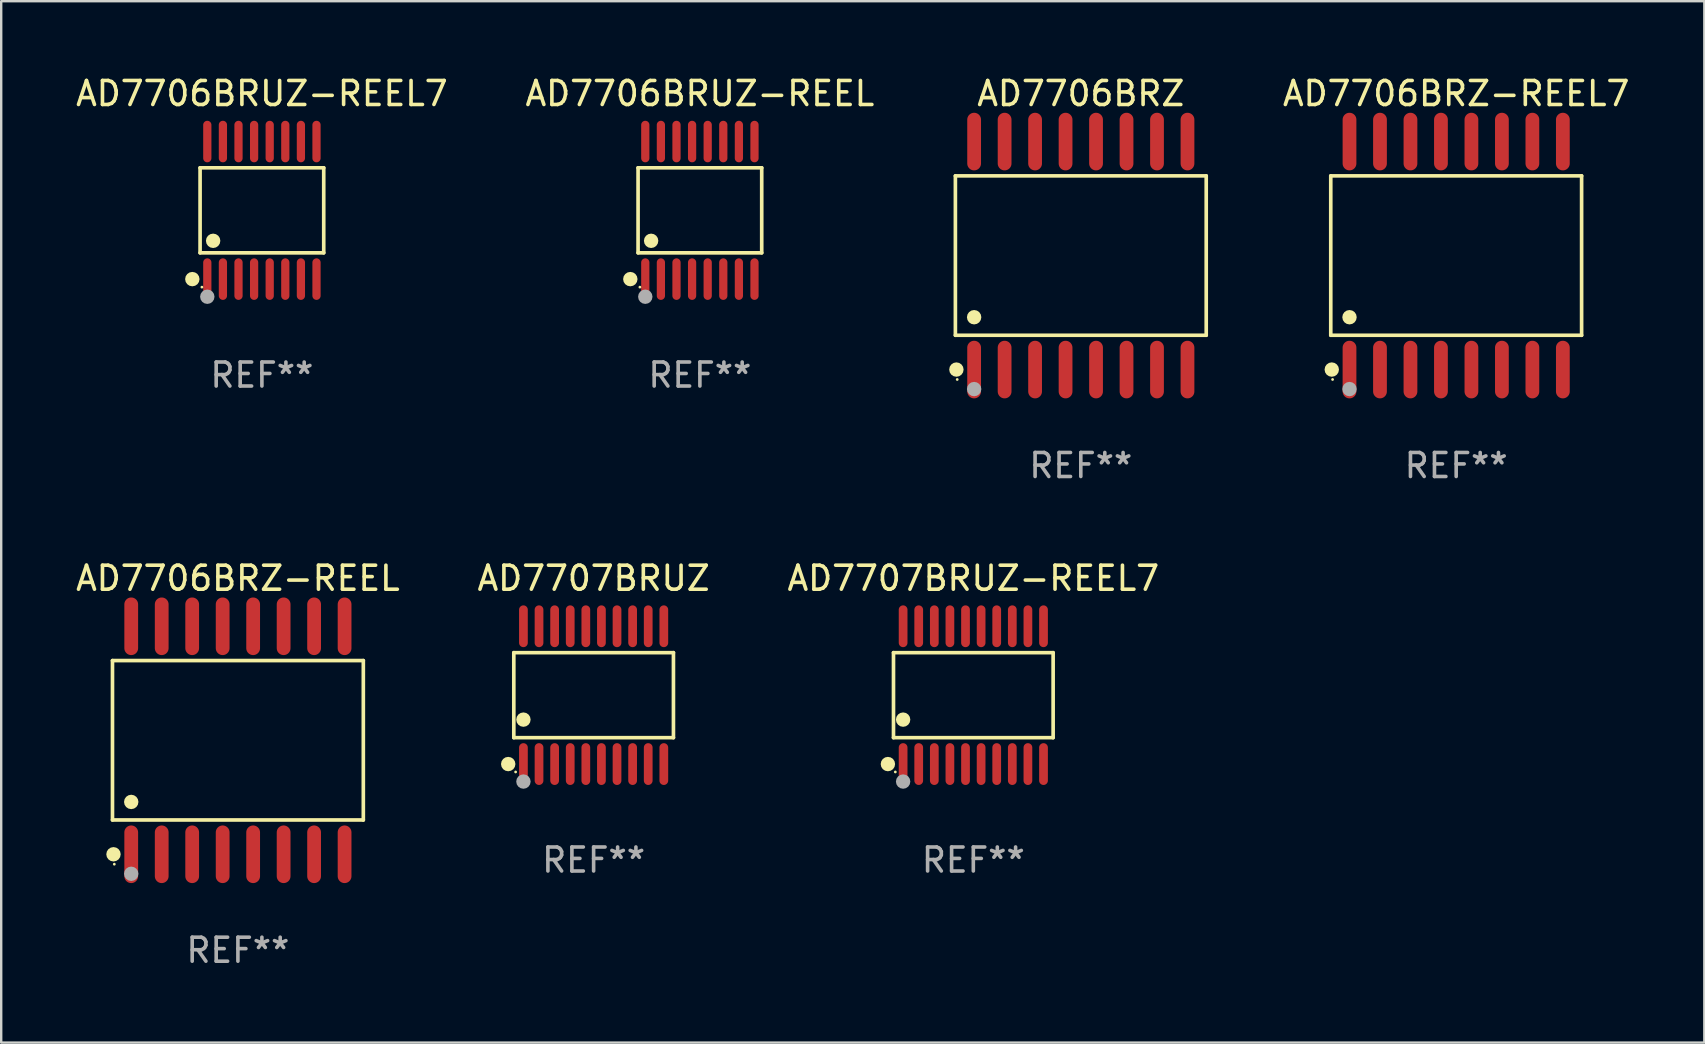
<source format=kicad_pcb>
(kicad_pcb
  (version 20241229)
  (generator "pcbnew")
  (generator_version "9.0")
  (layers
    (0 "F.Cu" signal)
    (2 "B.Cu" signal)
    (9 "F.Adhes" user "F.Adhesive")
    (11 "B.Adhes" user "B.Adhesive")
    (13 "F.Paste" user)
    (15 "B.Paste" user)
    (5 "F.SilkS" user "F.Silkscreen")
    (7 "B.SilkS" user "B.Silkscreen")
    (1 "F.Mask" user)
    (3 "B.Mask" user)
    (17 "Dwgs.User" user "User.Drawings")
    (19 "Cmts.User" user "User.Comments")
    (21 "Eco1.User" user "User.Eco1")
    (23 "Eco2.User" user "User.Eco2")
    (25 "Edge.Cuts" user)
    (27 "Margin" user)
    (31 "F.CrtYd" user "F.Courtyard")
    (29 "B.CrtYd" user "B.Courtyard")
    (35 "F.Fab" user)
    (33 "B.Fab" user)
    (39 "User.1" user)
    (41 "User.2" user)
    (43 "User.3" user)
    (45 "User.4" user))
  (footprint "AD7707BRUZ"
    (layer "F.Cu")
    (at 21.685 25.916)
    (property "Reference" "AD7707BRUZ" (at 0 -4.871 0) (layer "F.SilkS") (effects (font (size 1 1) (thickness 0.15))))
    (attr through_hole)
    (fp_line (start -3.326 -1.771) (end 3.326 -1.771) (stroke (width 0.152) (type solid)) (layer "F.SilkS"))
    (fp_line (start -3.326 1.771) (end -3.326 -1.771) (stroke (width 0.152) (type solid)) (layer "F.SilkS"))
    (fp_line (start 3.326 -1.771) (end 3.326 1.771) (stroke (width 0.152) (type solid)) (layer "F.SilkS"))
    (fp_line (start 3.326 1.771) (end -3.326 1.771) (stroke (width 0.152) (type solid)) (layer "F.SilkS"))
    (fp_circle (center -3.559 2.871) (end -3.409 2.871) (stroke (width 0.3) (type solid)) (fill no) (layer "F.SilkS"))
    (fp_circle (center -3.25 3.2) (end -3.22 3.2) (stroke (width 0.06) (type solid)) (fill no) (layer "F.SilkS"))
    (fp_circle (center -2.925 1.019) (end -2.775 1.019) (stroke (width 0.3) (type solid)) (fill no) (layer "F.SilkS"))
    (fp_circle (center -2.925 3.6) (end -2.775 3.6) (stroke (width 0.3) (type solid)) (fill no) (layer "F.Fab"))
    (fp_text user "REF**" (at 0 6.871 0) (layer "F.Fab") (effects (font (size 1 1) (thickness 0.15))))
    (pad "1" smd oval (at -2.925 2.871) (size 0.364 1.742) (layers "F.Cu" "F.Mask" "F.Paste"))
    (pad "2" smd oval (at -2.275 2.871) (size 0.364 1.742) (layers "F.Cu" "F.Mask" "F.Paste"))
    (pad "3" smd oval (at -1.625 2.871) (size 0.364 1.742) (layers "F.Cu" "F.Mask" "F.Paste"))
    (pad "4" smd oval (at -0.975 2.871) (size 0.364 1.742) (layers "F.Cu" "F.Mask" "F.Paste"))
    (pad "5" smd oval (at -0.325 2.871) (size 0.364 1.742) (layers "F.Cu" "F.Mask" "F.Paste"))
    (pad "6" smd oval (at 0.325 2.871) (size 0.364 1.742) (layers "F.Cu" "F.Mask" "F.Paste"))
    (pad "7" smd oval (at 0.975 2.871) (size 0.364 1.742) (layers "F.Cu" "F.Mask" "F.Paste"))
    (pad "8" smd oval (at 1.625 2.871) (size 0.364 1.742) (layers "F.Cu" "F.Mask" "F.Paste"))
    (pad "9" smd oval (at 2.275 2.871) (size 0.364 1.742) (layers "F.Cu" "F.Mask" "F.Paste"))
    (pad "10" smd oval (at 2.925 2.871) (size 0.364 1.742) (layers "F.Cu" "F.Mask" "F.Paste"))
    (pad "11" smd oval (at 2.925 -2.871) (size 0.364 1.742) (layers "F.Cu" "F.Mask" "F.Paste"))
    (pad "12" smd oval (at 2.275 -2.871) (size 0.364 1.742) (layers "F.Cu" "F.Mask" "F.Paste"))
    (pad "13" smd oval (at 1.625 -2.871) (size 0.364 1.742) (layers "F.Cu" "F.Mask" "F.Paste"))
    (pad "14" smd oval (at 0.975 -2.871) (size 0.364 1.742) (layers "F.Cu" "F.Mask" "F.Paste"))
    (pad "15" smd oval (at 0.325 -2.871) (size 0.364 1.742) (layers "F.Cu" "F.Mask" "F.Paste"))
    (pad "16" smd oval (at -0.325 -2.871) (size 0.364 1.742) (layers "F.Cu" "F.Mask" "F.Paste"))
    (pad "17" smd oval (at -0.975 -2.871) (size 0.364 1.742) (layers "F.Cu" "F.Mask" "F.Paste"))
    (pad "18" smd oval (at -1.625 -2.871) (size 0.364 1.742) (layers "F.Cu" "F.Mask" "F.Paste"))
    (pad "19" smd oval (at -2.275 -2.871) (size 0.364 1.742) (layers "F.Cu" "F.Mask" "F.Paste"))
    (pad "20" smd oval (at -2.925 -2.871) (size 0.364 1.742) (layers "F.Cu" "F.Mask" "F.Paste")))
  (footprint "AD7707BRUZ-REEL7"
    (layer "F.Cu")
    (at 37.506 25.916)
    (property "Reference" "AD7707BRUZ-REEL7" (at 0 -4.871 0) (layer "F.SilkS") (effects (font (size 1 1) (thickness 0.15))))
    (attr through_hole)
    (fp_line (start -3.326 -1.771) (end 3.326 -1.771) (stroke (width 0.152) (type solid)) (layer "F.SilkS"))
    (fp_line (start -3.326 1.771) (end -3.326 -1.771) (stroke (width 0.152) (type solid)) (layer "F.SilkS"))
    (fp_line (start 3.326 -1.771) (end 3.326 1.771) (stroke (width 0.152) (type solid)) (layer "F.SilkS"))
    (fp_line (start 3.326 1.771) (end -3.326 1.771) (stroke (width 0.152) (type solid)) (layer "F.SilkS"))
    (fp_circle (center -3.559 2.871) (end -3.409 2.871) (stroke (width 0.3) (type solid)) (fill no) (layer "F.SilkS"))
    (fp_circle (center -3.25 3.2) (end -3.22 3.2) (stroke (width 0.06) (type solid)) (fill no) (layer "F.SilkS"))
    (fp_circle (center -2.925 1.019) (end -2.775 1.019) (stroke (width 0.3) (type solid)) (fill no) (layer "F.SilkS"))
    (fp_circle (center -2.925 3.6) (end -2.775 3.6) (stroke (width 0.3) (type solid)) (fill no) (layer "F.Fab"))
    (fp_text user "REF**" (at 0 6.871 0) (layer "F.Fab") (effects (font (size 1 1) (thickness 0.15))))
    (pad "1" smd oval (at -2.925 2.871) (size 0.364 1.742) (layers "F.Cu" "F.Mask" "F.Paste"))
    (pad "2" smd oval (at -2.275 2.871) (size 0.364 1.742) (layers "F.Cu" "F.Mask" "F.Paste"))
    (pad "3" smd oval (at -1.625 2.871) (size 0.364 1.742) (layers "F.Cu" "F.Mask" "F.Paste"))
    (pad "4" smd oval (at -0.975 2.871) (size 0.364 1.742) (layers "F.Cu" "F.Mask" "F.Paste"))
    (pad "5" smd oval (at -0.325 2.871) (size 0.364 1.742) (layers "F.Cu" "F.Mask" "F.Paste"))
    (pad "6" smd oval (at 0.325 2.871) (size 0.364 1.742) (layers "F.Cu" "F.Mask" "F.Paste"))
    (pad "7" smd oval (at 0.975 2.871) (size 0.364 1.742) (layers "F.Cu" "F.Mask" "F.Paste"))
    (pad "8" smd oval (at 1.625 2.871) (size 0.364 1.742) (layers "F.Cu" "F.Mask" "F.Paste"))
    (pad "9" smd oval (at 2.275 2.871) (size 0.364 1.742) (layers "F.Cu" "F.Mask" "F.Paste"))
    (pad "10" smd oval (at 2.925 2.871) (size 0.364 1.742) (layers "F.Cu" "F.Mask" "F.Paste"))
    (pad "11" smd oval (at 2.925 -2.871) (size 0.364 1.742) (layers "F.Cu" "F.Mask" "F.Paste"))
    (pad "12" smd oval (at 2.275 -2.871) (size 0.364 1.742) (layers "F.Cu" "F.Mask" "F.Paste"))
    (pad "13" smd oval (at 1.625 -2.871) (size 0.364 1.742) (layers "F.Cu" "F.Mask" "F.Paste"))
    (pad "14" smd oval (at 0.975 -2.871) (size 0.364 1.742) (layers "F.Cu" "F.Mask" "F.Paste"))
    (pad "15" smd oval (at 0.325 -2.871) (size 0.364 1.742) (layers "F.Cu" "F.Mask" "F.Paste"))
    (pad "16" smd oval (at -0.325 -2.871) (size 0.364 1.742) (layers "F.Cu" "F.Mask" "F.Paste"))
    (pad "17" smd oval (at -0.975 -2.871) (size 0.364 1.742) (layers "F.Cu" "F.Mask" "F.Paste"))
    (pad "18" smd oval (at -1.625 -2.871) (size 0.364 1.742) (layers "F.Cu" "F.Mask" "F.Paste"))
    (pad "19" smd oval (at -2.275 -2.871) (size 0.364 1.742) (layers "F.Cu" "F.Mask" "F.Paste"))
    (pad "20" smd oval (at -2.925 -2.871) (size 0.364 1.742) (layers "F.Cu" "F.Mask" "F.Paste")))
  (footprint "AD7706BRUZ-REEL7"
    (layer "F.Cu")
    (at 7.863 5.714)
    (property "Reference" "AD7706BRUZ-REEL7" (at 0 -4.866 0) (layer "F.SilkS") (effects (font (size 1 1) (thickness 0.15))))
    (attr through_hole)
    (fp_line (start -2.576 -1.772) (end 2.576 -1.772) (stroke (width 0.152) (type solid)) (layer "F.SilkS"))
    (fp_line (start -2.576 1.771) (end -2.576 -1.772) (stroke (width 0.152) (type solid)) (layer "F.SilkS"))
    (fp_line (start 2.576 -1.772) (end 2.576 1.771) (stroke (width 0.152) (type solid)) (layer "F.SilkS"))
    (fp_line (start 2.576 1.771) (end -2.576 1.771) (stroke (width 0.152) (type solid)) (layer "F.SilkS"))
    (fp_circle (center -2.899 2.866) (end -2.749 2.866) (stroke (width 0.3) (type solid)) (fill no) (layer "F.SilkS"))
    (fp_circle (center -2.5 3.2) (end -2.47 3.2) (stroke (width 0.06) (type solid)) (fill no) (layer "F.SilkS"))
    (fp_circle (center -2.032 1.27) (end -1.882 1.27) (stroke (width 0.3) (type solid)) (fill no) (layer "F.SilkS"))
    (fp_circle (center -2.275 3.6) (end -2.125 3.6) (stroke (width 0.3) (type solid)) (fill no) (layer "F.Fab"))
    (fp_text user "REF**" (at 0 6.866 0) (layer "F.Fab") (effects (font (size 1 1) (thickness 0.15))))
    (pad "1" smd oval (at -2.275 2.866) (size 0.343 1.731) (layers "F.Cu" "F.Mask" "F.Paste"))
    (pad "2" smd oval (at -1.625 2.866) (size 0.343 1.731) (layers "F.Cu" "F.Mask" "F.Paste"))
    (pad "3" smd oval (at -0.975 2.866) (size 0.343 1.731) (layers "F.Cu" "F.Mask" "F.Paste"))
    (pad "4" smd oval (at -0.325 2.866) (size 0.343 1.731) (layers "F.Cu" "F.Mask" "F.Paste"))
    (pad "5" smd oval (at 0.325 2.866) (size 0.343 1.731) (layers "F.Cu" "F.Mask" "F.Paste"))
    (pad "6" smd oval (at 0.975 2.866) (size 0.343 1.731) (layers "F.Cu" "F.Mask" "F.Paste"))
    (pad "7" smd oval (at 1.625 2.866) (size 0.343 1.731) (layers "F.Cu" "F.Mask" "F.Paste"))
    (pad "8" smd oval (at 2.275 2.866) (size 0.343 1.731) (layers "F.Cu" "F.Mask" "F.Paste"))
    (pad "9" smd oval (at 2.275 -2.866) (size 0.343 1.731) (layers "F.Cu" "F.Mask" "F.Paste"))
    (pad "10" smd oval (at 1.625 -2.866) (size 0.343 1.731) (layers "F.Cu" "F.Mask" "F.Paste"))
    (pad "11" smd oval (at 0.975 -2.866) (size 0.343 1.731) (layers "F.Cu" "F.Mask" "F.Paste"))
    (pad "12" smd oval (at 0.325 -2.866) (size 0.343 1.731) (layers "F.Cu" "F.Mask" "F.Paste"))
    (pad "13" smd oval (at -0.325 -2.866) (size 0.343 1.731) (layers "F.Cu" "F.Mask" "F.Paste"))
    (pad "14" smd oval (at -0.975 -2.866) (size 0.343 1.731) (layers "F.Cu" "F.Mask" "F.Paste"))
    (pad "15" smd oval (at -1.625 -2.866) (size 0.343 1.731) (layers "F.Cu" "F.Mask" "F.Paste"))
    (pad "16" smd oval (at -2.275 -2.866) (size 0.343 1.731) (layers "F.Cu" "F.Mask" "F.Paste")))
  (footprint "AD7706BRZ-REEL"
    (layer "F.Cu")
    (at 6.863 27.796)
    (property "Reference" "AD7706BRZ-REEL" (at 0 -6.75 0) (layer "F.SilkS") (effects (font (size 1 1) (thickness 0.15))))
    (attr through_hole)
    (fp_line (start -5.226 -3.321) (end 5.226 -3.321) (stroke (width 0.152) (type solid)) (layer "F.SilkS"))
    (fp_line (start -5.226 3.321) (end -5.226 -3.321) (stroke (width 0.152) (type solid)) (layer "F.SilkS"))
    (fp_line (start 5.226 -3.321) (end 5.226 3.321) (stroke (width 0.152) (type solid)) (layer "F.SilkS"))
    (fp_line (start 5.226 3.321) (end -5.226 3.321) (stroke (width 0.152) (type solid)) (layer "F.SilkS"))
    (fp_circle (center -5.184 4.75) (end -5.034 4.75) (stroke (width 0.3) (type solid)) (fill no) (layer "F.SilkS"))
    (fp_circle (center -5.15 5.163) (end -5.12 5.163) (stroke (width 0.06) (type solid)) (fill no) (layer "F.SilkS"))
    (fp_circle (center -4.445 2.569) (end -4.295 2.569) (stroke (width 0.3) (type solid)) (fill no) (layer "F.SilkS"))
    (fp_circle (center -4.445 5.563) (end -4.295 5.563) (stroke (width 0.3) (type solid)) (fill no) (layer "F.Fab"))
    (fp_text user "REF**" (at 0 8.75 0) (layer "F.Fab") (effects (font (size 1 1) (thickness 0.15))))
    (pad "1" smd oval (at -4.445 4.75) (size 0.574 2.401) (layers "F.Cu" "F.Mask" "F.Paste"))
    (pad "2" smd oval (at -3.175 4.75) (size 0.574 2.401) (layers "F.Cu" "F.Mask" "F.Paste"))
    (pad "3" smd oval (at -1.905 4.75) (size 0.574 2.401) (layers "F.Cu" "F.Mask" "F.Paste"))
    (pad "4" smd oval (at -0.635 4.75) (size 0.574 2.401) (layers "F.Cu" "F.Mask" "F.Paste"))
    (pad "5" smd oval (at 0.635 4.75) (size 0.574 2.401) (layers "F.Cu" "F.Mask" "F.Paste"))
    (pad "6" smd oval (at 1.905 4.75) (size 0.574 2.401) (layers "F.Cu" "F.Mask" "F.Paste"))
    (pad "7" smd oval (at 3.175 4.75) (size 0.574 2.401) (layers "F.Cu" "F.Mask" "F.Paste"))
    (pad "8" smd oval (at 4.445 4.75) (size 0.574 2.401) (layers "F.Cu" "F.Mask" "F.Paste"))
    (pad "9" smd oval (at 4.445 -4.75) (size 0.574 2.401) (layers "F.Cu" "F.Mask" "F.Paste"))
    (pad "10" smd oval (at 3.175 -4.75) (size 0.574 2.401) (layers "F.Cu" "F.Mask" "F.Paste"))
    (pad "11" smd oval (at 1.905 -4.75) (size 0.574 2.401) (layers "F.Cu" "F.Mask" "F.Paste"))
    (pad "12" smd oval (at 0.635 -4.75) (size 0.574 2.401) (layers "F.Cu" "F.Mask" "F.Paste"))
    (pad "13" smd oval (at -0.635 -4.75) (size 0.574 2.401) (layers "F.Cu" "F.Mask" "F.Paste"))
    (pad "14" smd oval (at -1.905 -4.75) (size 0.574 2.401) (layers "F.Cu" "F.Mask" "F.Paste"))
    (pad "15" smd oval (at -3.175 -4.75) (size 0.574 2.401) (layers "F.Cu" "F.Mask" "F.Paste"))
    (pad "16" smd oval (at -4.445 -4.75) (size 0.574 2.401) (layers "F.Cu" "F.Mask" "F.Paste")))
  (footprint "AD7706BRUZ-REEL"
    (layer "F.Cu")
    (at 26.113 5.714)
    (property "Reference" "AD7706BRUZ-REEL" (at 0 -4.866 0) (layer "F.SilkS") (effects (font (size 1 1) (thickness 0.15))))
    (attr through_hole)
    (fp_line (start -2.576 -1.772) (end 2.576 -1.772) (stroke (width 0.152) (type solid)) (layer "F.SilkS"))
    (fp_line (start -2.576 1.771) (end -2.576 -1.772) (stroke (width 0.152) (type solid)) (layer "F.SilkS"))
    (fp_line (start 2.576 -1.772) (end 2.576 1.771) (stroke (width 0.152) (type solid)) (layer "F.SilkS"))
    (fp_line (start 2.576 1.771) (end -2.576 1.771) (stroke (width 0.152) (type solid)) (layer "F.SilkS"))
    (fp_circle (center -2.899 2.866) (end -2.749 2.866) (stroke (width 0.3) (type solid)) (fill no) (layer "F.SilkS"))
    (fp_circle (center -2.5 3.2) (end -2.47 3.2) (stroke (width 0.06) (type solid)) (fill no) (layer "F.SilkS"))
    (fp_circle (center -2.032 1.27) (end -1.882 1.27) (stroke (width 0.3) (type solid)) (fill no) (layer "F.SilkS"))
    (fp_circle (center -2.275 3.6) (end -2.125 3.6) (stroke (width 0.3) (type solid)) (fill no) (layer "F.Fab"))
    (fp_text user "REF**" (at 0 6.866 0) (layer "F.Fab") (effects (font (size 1 1) (thickness 0.15))))
    (pad "1" smd oval (at -2.275 2.866) (size 0.343 1.731) (layers "F.Cu" "F.Mask" "F.Paste"))
    (pad "2" smd oval (at -1.625 2.866) (size 0.343 1.731) (layers "F.Cu" "F.Mask" "F.Paste"))
    (pad "3" smd oval (at -0.975 2.866) (size 0.343 1.731) (layers "F.Cu" "F.Mask" "F.Paste"))
    (pad "4" smd oval (at -0.325 2.866) (size 0.343 1.731) (layers "F.Cu" "F.Mask" "F.Paste"))
    (pad "5" smd oval (at 0.325 2.866) (size 0.343 1.731) (layers "F.Cu" "F.Mask" "F.Paste"))
    (pad "6" smd oval (at 0.975 2.866) (size 0.343 1.731) (layers "F.Cu" "F.Mask" "F.Paste"))
    (pad "7" smd oval (at 1.625 2.866) (size 0.343 1.731) (layers "F.Cu" "F.Mask" "F.Paste"))
    (pad "8" smd oval (at 2.275 2.866) (size 0.343 1.731) (layers "F.Cu" "F.Mask" "F.Paste"))
    (pad "9" smd oval (at 2.275 -2.866) (size 0.343 1.731) (layers "F.Cu" "F.Mask" "F.Paste"))
    (pad "10" smd oval (at 1.625 -2.866) (size 0.343 1.731) (layers "F.Cu" "F.Mask" "F.Paste"))
    (pad "11" smd oval (at 0.975 -2.866) (size 0.343 1.731) (layers "F.Cu" "F.Mask" "F.Paste"))
    (pad "12" smd oval (at 0.325 -2.866) (size 0.343 1.731) (layers "F.Cu" "F.Mask" "F.Paste"))
    (pad "13" smd oval (at -0.325 -2.866) (size 0.343 1.731) (layers "F.Cu" "F.Mask" "F.Paste"))
    (pad "14" smd oval (at -0.975 -2.866) (size 0.343 1.731) (layers "F.Cu" "F.Mask" "F.Paste"))
    (pad "15" smd oval (at -1.625 -2.866) (size 0.343 1.731) (layers "F.Cu" "F.Mask" "F.Paste"))
    (pad "16" smd oval (at -2.275 -2.866) (size 0.343 1.731) (layers "F.Cu" "F.Mask" "F.Paste")))
  (footprint "AD7706BRZ-REEL7"
    (layer "F.Cu")
    (at 57.626 7.599)
    (property "Reference" "AD7706BRZ-REEL7" (at 0 -6.75 0) (layer "F.SilkS") (effects (font (size 1 1) (thickness 0.15))))
    (attr through_hole)
    (fp_line (start -5.226 -3.321) (end 5.226 -3.321) (stroke (width 0.152) (type solid)) (layer "F.SilkS"))
    (fp_line (start -5.226 3.321) (end -5.226 -3.321) (stroke (width 0.152) (type solid)) (layer "F.SilkS"))
    (fp_line (start 5.226 -3.321) (end 5.226 3.321) (stroke (width 0.152) (type solid)) (layer "F.SilkS"))
    (fp_line (start 5.226 3.321) (end -5.226 3.321) (stroke (width 0.152) (type solid)) (layer "F.SilkS"))
    (fp_circle (center -5.184 4.75) (end -5.034 4.75) (stroke (width 0.3) (type solid)) (fill no) (layer "F.SilkS"))
    (fp_circle (center -5.15 5.163) (end -5.12 5.163) (stroke (width 0.06) (type solid)) (fill no) (layer "F.SilkS"))
    (fp_circle (center -4.445 2.569) (end -4.295 2.569) (stroke (width 0.3) (type solid)) (fill no) (layer "F.SilkS"))
    (fp_circle (center -4.445 5.563) (end -4.295 5.563) (stroke (width 0.3) (type solid)) (fill no) (layer "F.Fab"))
    (fp_text user "REF**" (at 0 8.75 0) (layer "F.Fab") (effects (font (size 1 1) (thickness 0.15))))
    (pad "1" smd oval (at -4.445 4.75) (size 0.574 2.401) (layers "F.Cu" "F.Mask" "F.Paste"))
    (pad "2" smd oval (at -3.175 4.75) (size 0.574 2.401) (layers "F.Cu" "F.Mask" "F.Paste"))
    (pad "3" smd oval (at -1.905 4.75) (size 0.574 2.401) (layers "F.Cu" "F.Mask" "F.Paste"))
    (pad "4" smd oval (at -0.635 4.75) (size 0.574 2.401) (layers "F.Cu" "F.Mask" "F.Paste"))
    (pad "5" smd oval (at 0.635 4.75) (size 0.574 2.401) (layers "F.Cu" "F.Mask" "F.Paste"))
    (pad "6" smd oval (at 1.905 4.75) (size 0.574 2.401) (layers "F.Cu" "F.Mask" "F.Paste"))
    (pad "7" smd oval (at 3.175 4.75) (size 0.574 2.401) (layers "F.Cu" "F.Mask" "F.Paste"))
    (pad "8" smd oval (at 4.445 4.75) (size 0.574 2.401) (layers "F.Cu" "F.Mask" "F.Paste"))
    (pad "9" smd oval (at 4.445 -4.75) (size 0.574 2.401) (layers "F.Cu" "F.Mask" "F.Paste"))
    (pad "10" smd oval (at 3.175 -4.75) (size 0.574 2.401) (layers "F.Cu" "F.Mask" "F.Paste"))
    (pad "11" smd oval (at 1.905 -4.75) (size 0.574 2.401) (layers "F.Cu" "F.Mask" "F.Paste"))
    (pad "12" smd oval (at 0.635 -4.75) (size 0.574 2.401) (layers "F.Cu" "F.Mask" "F.Paste"))
    (pad "13" smd oval (at -0.635 -4.75) (size 0.574 2.401) (layers "F.Cu" "F.Mask" "F.Paste"))
    (pad "14" smd oval (at -1.905 -4.75) (size 0.574 2.401) (layers "F.Cu" "F.Mask" "F.Paste"))
    (pad "15" smd oval (at -3.175 -4.75) (size 0.574 2.401) (layers "F.Cu" "F.Mask" "F.Paste"))
    (pad "16" smd oval (at -4.445 -4.75) (size 0.574 2.401) (layers "F.Cu" "F.Mask" "F.Paste")))
  (footprint "AD7706BRZ"
    (layer "F.Cu")
    (at 41.985 7.599)
    (property "Reference" "AD7706BRZ" (at 0 -6.75 0) (layer "F.SilkS") (effects (font (size 1 1) (thickness 0.15))))
    (attr through_hole)
    (fp_line (start -5.226 -3.321) (end 5.226 -3.321) (stroke (width 0.152) (type solid)) (layer "F.SilkS"))
    (fp_line (start -5.226 3.321) (end -5.226 -3.321) (stroke (width 0.152) (type solid)) (layer "F.SilkS"))
    (fp_line (start 5.226 -3.321) (end 5.226 3.321) (stroke (width 0.152) (type solid)) (layer "F.SilkS"))
    (fp_line (start 5.226 3.321) (end -5.226 3.321) (stroke (width 0.152) (type solid)) (layer "F.SilkS"))
    (fp_circle (center -5.184 4.75) (end -5.034 4.75) (stroke (width 0.3) (type solid)) (fill no) (layer "F.SilkS"))
    (fp_circle (center -5.15 5.163) (end -5.12 5.163) (stroke (width 0.06) (type solid)) (fill no) (layer "F.SilkS"))
    (fp_circle (center -4.445 2.569) (end -4.295 2.569) (stroke (width 0.3) (type solid)) (fill no) (layer "F.SilkS"))
    (fp_circle (center -4.445 5.563) (end -4.295 5.563) (stroke (width 0.3) (type solid)) (fill no) (layer "F.Fab"))
    (fp_text user "REF**" (at 0 8.75 0) (layer "F.Fab") (effects (font (size 1 1) (thickness 0.15))))
    (pad "1" smd oval (at -4.445 4.75) (size 0.574 2.401) (layers "F.Cu" "F.Mask" "F.Paste"))
    (pad "2" smd oval (at -3.175 4.75) (size 0.574 2.401) (layers "F.Cu" "F.Mask" "F.Paste"))
    (pad "3" smd oval (at -1.905 4.75) (size 0.574 2.401) (layers "F.Cu" "F.Mask" "F.Paste"))
    (pad "4" smd oval (at -0.635 4.75) (size 0.574 2.401) (layers "F.Cu" "F.Mask" "F.Paste"))
    (pad "5" smd oval (at 0.635 4.75) (size 0.574 2.401) (layers "F.Cu" "F.Mask" "F.Paste"))
    (pad "6" smd oval (at 1.905 4.75) (size 0.574 2.401) (layers "F.Cu" "F.Mask" "F.Paste"))
    (pad "7" smd oval (at 3.175 4.75) (size 0.574 2.401) (layers "F.Cu" "F.Mask" "F.Paste"))
    (pad "8" smd oval (at 4.445 4.75) (size 0.574 2.401) (layers "F.Cu" "F.Mask" "F.Paste"))
    (pad "9" smd oval (at 4.445 -4.75) (size 0.574 2.401) (layers "F.Cu" "F.Mask" "F.Paste"))
    (pad "10" smd oval (at 3.175 -4.75) (size 0.574 2.401) (layers "F.Cu" "F.Mask" "F.Paste"))
    (pad "11" smd oval (at 1.905 -4.75) (size 0.574 2.401) (layers "F.Cu" "F.Mask" "F.Paste"))
    (pad "12" smd oval (at 0.635 -4.75) (size 0.574 2.401) (layers "F.Cu" "F.Mask" "F.Paste"))
    (pad "13" smd oval (at -0.635 -4.75) (size 0.574 2.401) (layers "F.Cu" "F.Mask" "F.Paste"))
    (pad "14" smd oval (at -1.905 -4.75) (size 0.574 2.401) (layers "F.Cu" "F.Mask" "F.Paste"))
    (pad "15" smd oval (at -3.175 -4.75) (size 0.574 2.401) (layers "F.Cu" "F.Mask" "F.Paste"))
    (pad "16" smd oval (at -4.445 -4.75) (size 0.574 2.401) (layers "F.Cu" "F.Mask" "F.Paste")))
  (gr_rect
    (start -3 -3)
    (end 67.966 40.394)
    (stroke (width 0.1) (type default))
    (fill no)
    (layer "Edge.Cuts")))
</source>
